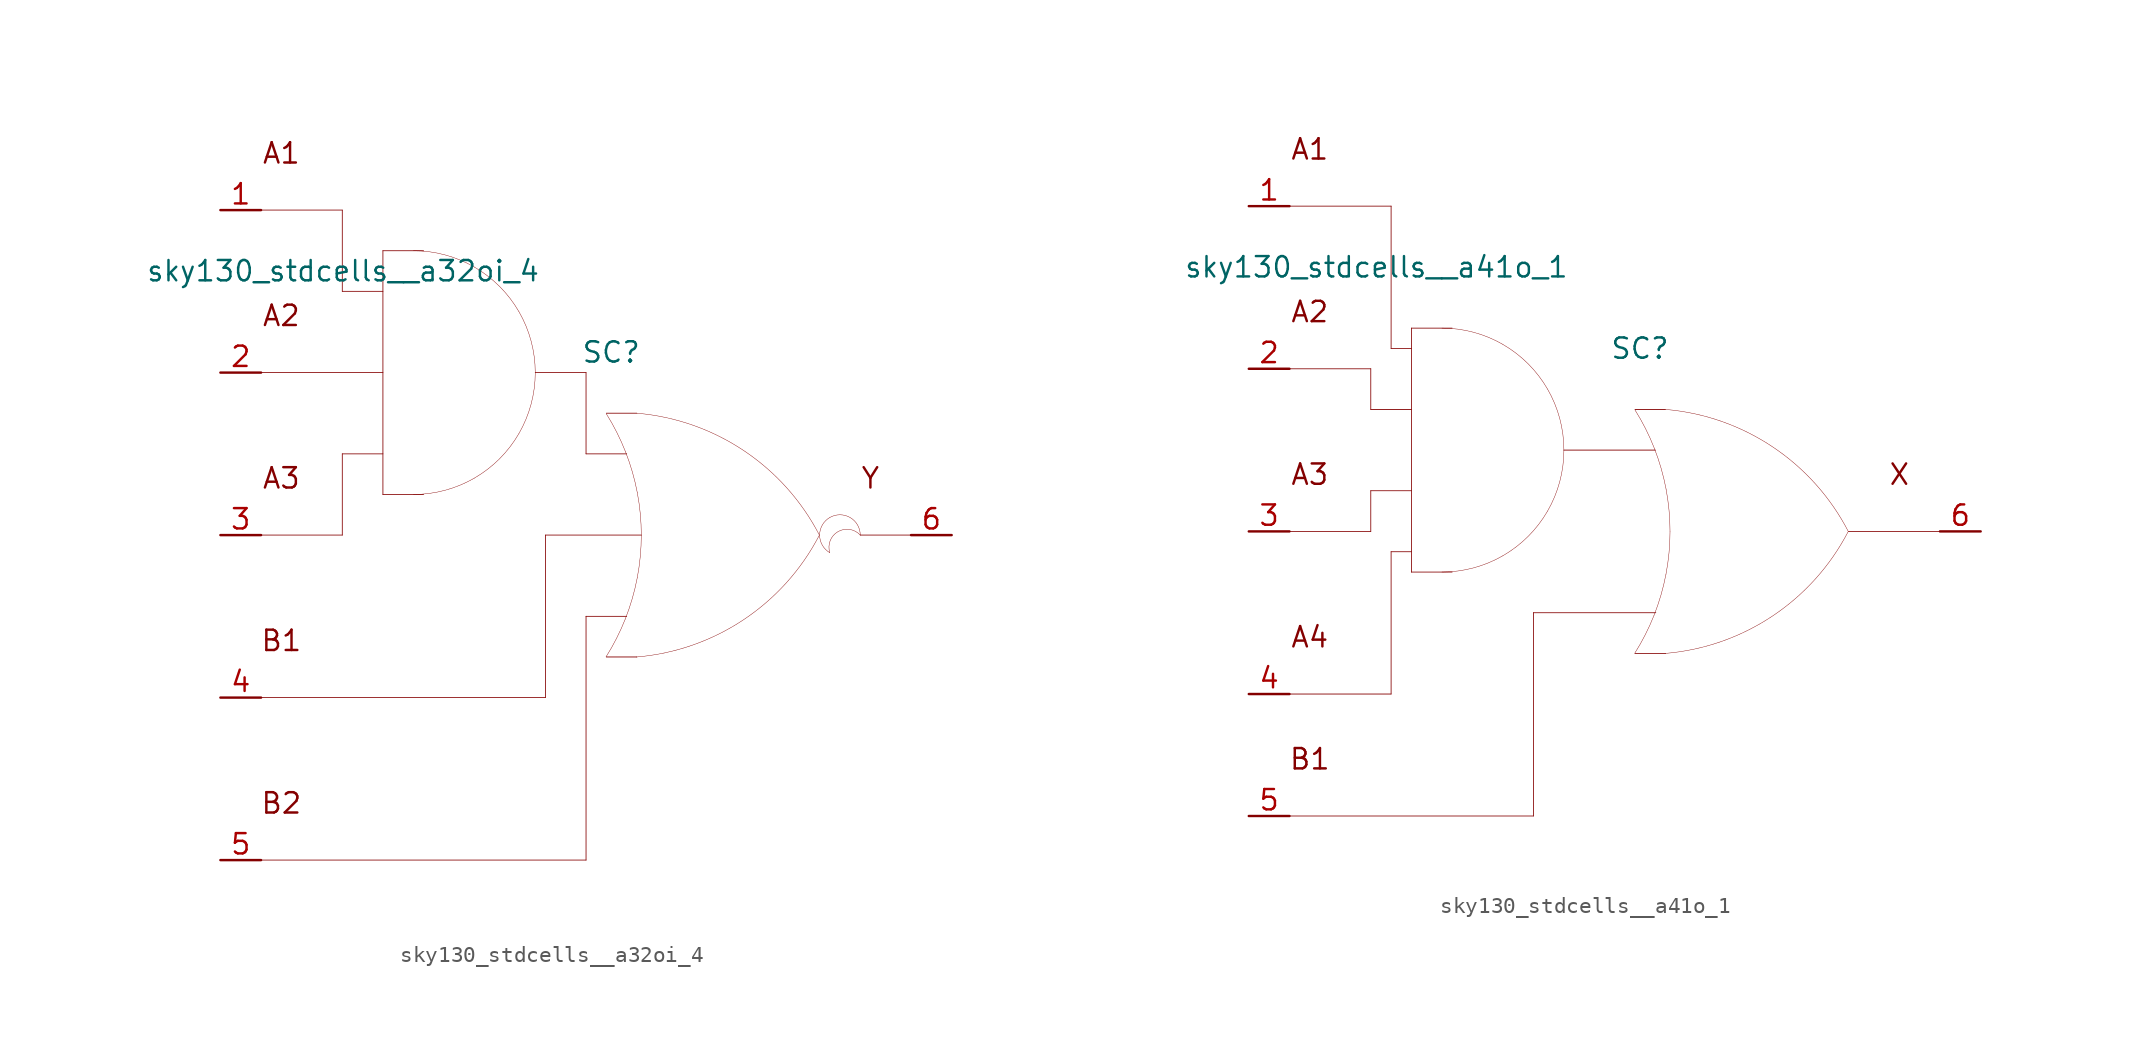
<source format=kicad_sym>
(kicad_symbol_lib
  (version 20211014)
  (generator kicad_symbol_editor)
  (symbol "sky130_stdcells__a32oi_4"
    (pin_names hide)
    (property "Reference" "SC"
      (at 1.575 11.43 0)
      (effects (font (size 1.27 1.27))))
    (property "Value" "sky130_stdcells__a32oi_4"
      (at -2.845 16.51 0)
      (effects (font (size 1.27 1.27)) (justify right)))
    (symbol "sky130_stdcells__a32oi_4_0_0"
      (arc (start -10.795 2.54) (mid -8.8228 2.7996) (end -6.985 3.5609) (stroke (width 0.0254) (type default) (color 0 0 0 0)) (fill (type none)))
      (arc (start -6.985 3.5609) (mid -5.4069 4.7719) (end -4.1959 6.35) (stroke (width 0.0254) (type default) (color 0 0 0 0)) (fill (type none)))
      (arc (start -6.985 16.7591) (mid -8.8228 17.5203) (end -10.795 17.78) (stroke (width 0.0254) (type default) (color 0 0 0 0)) (fill (type none)))
      (arc (start -4.1959 6.35) (mid -3.4347 8.1878) (end -3.175 10.16) (stroke (width 0.0254) (type default) (color 0 0 0 0)) (fill (type none)))
      (arc (start -4.1959 13.97) (mid -5.4069 15.5481) (end -6.985 16.7591) (stroke (width 0.0254) (type default) (color 0 0 0 0)) (fill (type none)))
      (arc (start -3.175 10.16) (mid -3.4346 12.1322) (end -4.1959 13.97) (stroke (width 0.0254) (type default) (color 0 0 0 0)) (fill (type none)))
      (polyline (pts (xy -20.32 -20.32) (xy 0 -20.32)) (stroke (width 0.051) (type default) (color 0 0 0 0)) (fill (type none)))
      (polyline (pts (xy -20.32 -10.16) (xy -2.54 -10.16)) (stroke (width 0.051) (type default) (color 0 0 0 0)) (fill (type none)))
      (polyline (pts (xy -20.32 0) (xy -15.24 0)) (stroke (width 0.051) (type default) (color 0 0 0 0)) (fill (type none)))
      (polyline (pts (xy -20.32 10.16) (xy -12.7 10.16)) (stroke (width 0.051) (type default) (color 0 0 0 0)) (fill (type none)))
      (polyline (pts (xy -20.32 20.32) (xy -15.24 20.32)) (stroke (width 0.051) (type default) (color 0 0 0 0)) (fill (type none)))
      (polyline (pts (xy -15.24 5.08) (xy -15.24 0)) (stroke (width 0.051) (type default) (color 0 0 0 0)) (fill (type none)))
      (polyline (pts (xy -15.24 5.08) (xy -12.7 5.08)) (stroke (width 0.051) (type default) (color 0 0 0 0)) (fill (type none)))
      (polyline (pts (xy -15.24 15.24) (xy -12.7 15.24)) (stroke (width 0.051) (type default) (color 0 0 0 0)) (fill (type none)))
      (polyline (pts (xy -15.24 20.32) (xy -15.24 15.24)) (stroke (width 0.051) (type default) (color 0 0 0 0)) (fill (type none)))
      (polyline (pts (xy -12.7 2.54) (xy -10.16 2.54)) (stroke (width 0.051) (type default) (color 0 0 0 0)) (fill (type none)))
      (polyline (pts (xy -12.7 17.78) (xy -12.7 2.54)) (stroke (width 0.051) (type default) (color 0 0 0 0)) (fill (type none)))
      (polyline (pts (xy -12.7 17.78) (xy -10.16 17.78)) (stroke (width 0.051) (type default) (color 0 0 0 0)) (fill (type none)))
      (polyline (pts (xy -3.175 10.16) (xy 0 10.16)) (stroke (width 0.051) (type default) (color 0 0 0 0)) (fill (type none)))
      (polyline (pts (xy -2.54 0) (xy -2.54 -10.16)) (stroke (width 0.051) (type default) (color 0 0 0 0)) (fill (type none)))
      (polyline (pts (xy -2.54 0) (xy 3.454 0)) (stroke (width 0.051) (type default) (color 0 0 0 0)) (fill (type none)))
      (polyline (pts (xy 0 -5.08) (xy 0 -20.32)) (stroke (width 0.051) (type default) (color 0 0 0 0)) (fill (type none)))
      (polyline (pts (xy 0 -5.08) (xy 2.54 -5.08)) (stroke (width 0.051) (type default) (color 0 0 0 0)) (fill (type none)))
      (polyline (pts (xy 0 5.08) (xy 2.54 5.08)) (stroke (width 0.051) (type default) (color 0 0 0 0)) (fill (type none)))
      (polyline (pts (xy 0 10.16) (xy 0 5.08)) (stroke (width 0.051) (type default) (color 0 0 0 0)) (fill (type none)))
      (polyline (pts (xy 1.27 -7.62) (xy 3.175 -7.62)) (stroke (width 0.051) (type default) (color 0 0 0 0)) (fill (type none)))
      (polyline (pts (xy 1.27 7.62) (xy 3.175 7.62)) (stroke (width 0.051) (type default) (color 0 0 0 0)) (fill (type none)))
      (polyline (pts (xy 17.145 0) (xy 20.32 0)) (stroke (width 0.051) (type default) (color 0 0 0 0)) (fill (type none)))
      (arc (start 1.2495 -7.6142) (mid 1.907 -6.458) (end 2.4538 -5.2456) (stroke (width 0.0254) (type default) (color 0 0 0 0)) (fill (type none)))
      (arc (start 2.4538 -5.2456) (mid 2.8887 -3.9755) (end 3.202 -2.6701) (stroke (width 0.0254) (type default) (color 0 0 0 0)) (fill (type none)))
      (arc (start 2.472 5.1993) (mid 1.9238 6.4248) (end 1.2627 7.5932) (stroke (width 0.0254) (type default) (color 0 0 0 0)) (fill (type none)))
      (arc (start 3.1446 -7.6231) (mid 9.8386 -5.2986) (end 14.5755 -0.0284) (stroke (width 0.0254) (type default) (color 0 0 0 0)) (fill (type none)))
      (arc (start 3.202 -2.6701) (mid 3.3912 -1.341) (end 3.4544 0) (stroke (width 0.0254) (type default) (color 0 0 0 0)) (fill (type none)))
      (arc (start 3.2066 2.6456) (mid 2.8989 3.9396) (end 2.472 5.1993) (stroke (width 0.0254) (type default) (color 0 0 0 0)) (fill (type none)))
      (arc (start 3.4544 0) (mid 3.3923 1.3286) (end 3.2066 2.6456) (stroke (width 0.0254) (type default) (color 0 0 0 0)) (fill (type none)))
      (arc (start 14.5983 -0.0156) (mid 9.8798 5.271) (end 3.194 7.6189) (stroke (width 0.0254) (type default) (color 0 0 0 0)) (fill (type none)))
      (arc (start 15.24 1.0999) (mid 14.605 0) (end 15.24 -1.0999) (stroke (width 0.0254) (type default) (color 0 0 0 0)) (fill (type none)))
      (arc (start 17.145 0) (mid 15.2881 0.4743) (end 15.24 -1.0999) (stroke (width 0.0254) (type default) (color 0 0 0 0)) (fill (type none)))
      (arc (start 17.145 0) (mid 16.51 1.0998) (end 15.24 1.0999) (stroke (width 0.0254) (type default) (color 0 0 0 0)) (fill (type none)))
      (text "A1" (at -19.05 23.876 0) (effects (font (size 1.27 1.27))))
      (text "A2" (at -19.05 13.716 0) (effects (font (size 1.27 1.27))))
      (text "A3" (at -19.05 3.556 0) (effects (font (size 1.27 1.27))))
      (text "B1" (at -19.05 -6.604 0) (effects (font (size 1.27 1.27))))
      (text "B2" (at -19.05 -16.764 0) (effects (font (size 1.27 1.27))))
      (text "Y" (at 17.78 3.556 0) (effects (font (size 1.27 1.27)))))
    (symbol "sky130_stdcells__a32oi_4_1_1"
      (pin input line (at -22.86 20.32 0) (length 2.54) (name "A1" (effects (font (size 1.092 1.092)))) (number "1" (effects (font (size 1.27 1.27)))))
      (pin input line (at -22.86 10.16 0) (length 2.54) (name "A2" (effects (font (size 1.092 1.092)))) (number "2" (effects (font (size 1.27 1.27)))))
      (pin input line (at -22.86 0 0) (length 2.54) (name "A3" (effects (font (size 1.092 1.092)))) (number "3" (effects (font (size 1.27 1.27)))))
      (pin input line (at -22.86 -10.16 0) (length 2.54) (name "B1" (effects (font (size 1.092 1.092)))) (number "4" (effects (font (size 1.27 1.27)))))
      (pin input line (at -22.86 -20.32 0) (length 2.54) (name "B2" (effects (font (size 1.092 1.092)))) (number "5" (effects (font (size 1.27 1.27)))))
      (pin output line (at 22.86 0 180) (length 2.54) (name "Y" (effects (font (size 1.092 1.092)))) (number "6" (effects (font (size 1.27 1.27)))))))
  (symbol "sky130_stdcells__a41o_1"
    (pin_names hide)
    (property "Reference" "SC"
      (at 1.575 11.43 0)
      (effects (font (size 1.27 1.27))))
    (property "Value" "sky130_stdcells__a41o_1"
      (at -2.845 16.51 0)
      (effects (font (size 1.27 1.27)) (justify right)))
    (symbol "sky130_stdcells__a41o_1_0_0"
      (arc (start -10.795 -2.54) (mid -8.8228 -2.2804) (end -6.985 -1.5191) (stroke (width 0.0254) (type default) (color 0 0 0 0)) (fill (type none)))
      (arc (start -6.985 -1.5191) (mid -5.4069 -0.3081) (end -4.1959 1.27) (stroke (width 0.0254) (type default) (color 0 0 0 0)) (fill (type none)))
      (arc (start -6.985 11.6791) (mid -8.8228 12.4403) (end -10.795 12.7) (stroke (width 0.0254) (type default) (color 0 0 0 0)) (fill (type none)))
      (arc (start -4.1959 1.27) (mid -3.4347 3.1078) (end -3.175 5.08) (stroke (width 0.0254) (type default) (color 0 0 0 0)) (fill (type none)))
      (arc (start -4.1959 8.89) (mid -5.4069 10.4681) (end -6.985 11.6791) (stroke (width 0.0254) (type default) (color 0 0 0 0)) (fill (type none)))
      (arc (start -3.175 5.08) (mid -3.4346 7.0522) (end -4.1959 8.89) (stroke (width 0.0254) (type default) (color 0 0 0 0)) (fill (type none)))
      (polyline (pts (xy -20.32 -17.78) (xy -5.08 -17.78)) (stroke (width 0.051) (type default) (color 0 0 0 0)) (fill (type none)))
      (polyline (pts (xy -20.32 -10.16) (xy -13.97 -10.16)) (stroke (width 0.051) (type default) (color 0 0 0 0)) (fill (type none)))
      (polyline (pts (xy -20.32 0) (xy -15.24 0)) (stroke (width 0.051) (type default) (color 0 0 0 0)) (fill (type none)))
      (polyline (pts (xy -20.32 10.16) (xy -15.24 10.16)) (stroke (width 0.051) (type default) (color 0 0 0 0)) (fill (type none)))
      (polyline (pts (xy -20.32 20.32) (xy -13.97 20.32)) (stroke (width 0.051) (type default) (color 0 0 0 0)) (fill (type none)))
      (polyline (pts (xy -15.24 2.54) (xy -15.24 0)) (stroke (width 0.051) (type default) (color 0 0 0 0)) (fill (type none)))
      (polyline (pts (xy -15.24 2.54) (xy -12.7 2.54)) (stroke (width 0.051) (type default) (color 0 0 0 0)) (fill (type none)))
      (polyline (pts (xy -15.24 7.62) (xy -12.7 7.62)) (stroke (width 0.051) (type default) (color 0 0 0 0)) (fill (type none)))
      (polyline (pts (xy -15.24 10.16) (xy -15.24 7.62)) (stroke (width 0.051) (type default) (color 0 0 0 0)) (fill (type none)))
      (polyline (pts (xy -13.97 -1.27) (xy -13.97 -10.16)) (stroke (width 0.051) (type default) (color 0 0 0 0)) (fill (type none)))
      (polyline (pts (xy -13.97 -1.27) (xy -12.7 -1.27)) (stroke (width 0.051) (type default) (color 0 0 0 0)) (fill (type none)))
      (polyline (pts (xy -13.97 11.43) (xy -12.7 11.43)) (stroke (width 0.051) (type default) (color 0 0 0 0)) (fill (type none)))
      (polyline (pts (xy -13.97 20.32) (xy -13.97 11.43)) (stroke (width 0.051) (type default) (color 0 0 0 0)) (fill (type none)))
      (polyline (pts (xy -12.7 -2.54) (xy -10.16 -2.54)) (stroke (width 0.051) (type default) (color 0 0 0 0)) (fill (type none)))
      (polyline (pts (xy -12.7 12.7) (xy -12.7 -2.54)) (stroke (width 0.051) (type default) (color 0 0 0 0)) (fill (type none)))
      (polyline (pts (xy -12.7 12.7) (xy -10.16 12.7)) (stroke (width 0.051) (type default) (color 0 0 0 0)) (fill (type none)))
      (polyline (pts (xy -5.08 -5.08) (xy -5.08 -17.78)) (stroke (width 0.051) (type default) (color 0 0 0 0)) (fill (type none)))
      (polyline (pts (xy -5.08 -5.08) (xy 2.565 -5.08)) (stroke (width 0.051) (type default) (color 0 0 0 0)) (fill (type none)))
      (polyline (pts (xy -3.175 5.08) (xy 2.54 5.08)) (stroke (width 0.051) (type default) (color 0 0 0 0)) (fill (type none)))
      (polyline (pts (xy 1.27 -7.62) (xy 3.175 -7.62)) (stroke (width 0.051) (type default) (color 0 0 0 0)) (fill (type none)))
      (polyline (pts (xy 1.27 7.62) (xy 3.175 7.62)) (stroke (width 0.051) (type default) (color 0 0 0 0)) (fill (type none)))
      (polyline (pts (xy 14.605 0) (xy 20.32 0)) (stroke (width 0.051) (type default) (color 0 0 0 0)) (fill (type none)))
      (arc (start 1.2495 -7.6142) (mid 1.907 -6.458) (end 2.4538 -5.2456) (stroke (width 0.0254) (type default) (color 0 0 0 0)) (fill (type none)))
      (arc (start 2.4538 -5.2456) (mid 2.8887 -3.9755) (end 3.202 -2.6701) (stroke (width 0.0254) (type default) (color 0 0 0 0)) (fill (type none)))
      (arc (start 2.472 5.1993) (mid 1.9238 6.4248) (end 1.2627 7.5932) (stroke (width 0.0254) (type default) (color 0 0 0 0)) (fill (type none)))
      (arc (start 3.1446 -7.6231) (mid 9.8386 -5.2986) (end 14.5755 -0.0284) (stroke (width 0.0254) (type default) (color 0 0 0 0)) (fill (type none)))
      (arc (start 3.202 -2.6701) (mid 3.3912 -1.341) (end 3.4544 0) (stroke (width 0.0254) (type default) (color 0 0 0 0)) (fill (type none)))
      (arc (start 3.2066 2.6456) (mid 2.8989 3.9396) (end 2.472 5.1993) (stroke (width 0.0254) (type default) (color 0 0 0 0)) (fill (type none)))
      (arc (start 3.4544 0) (mid 3.3923 1.3286) (end 3.2066 2.6456) (stroke (width 0.0254) (type default) (color 0 0 0 0)) (fill (type none)))
      (arc (start 14.5983 -0.0156) (mid 9.8798 5.271) (end 3.194 7.6189) (stroke (width 0.0254) (type default) (color 0 0 0 0)) (fill (type none)))
      (text "A1" (at -19.05 23.876 0) (effects (font (size 1.27 1.27))))
      (text "A2" (at -19.05 13.716 0) (effects (font (size 1.27 1.27))))
      (text "A3" (at -19.05 3.556 0) (effects (font (size 1.27 1.27))))
      (text "A4" (at -19.05 -6.604 0) (effects (font (size 1.27 1.27))))
      (text "B1" (at -19.05 -14.224 0) (effects (font (size 1.27 1.27))))
      (text "X" (at 17.78 3.556 0) (effects (font (size 1.27 1.27)))))
    (symbol "sky130_stdcells__a41o_1_1_1"
      (pin input line (at -22.86 20.32 0) (length 2.54) (name "A1" (effects (font (size 1.092 1.092)))) (number "1" (effects (font (size 1.27 1.27)))))
      (pin input line (at -22.86 10.16 0) (length 2.54) (name "A2" (effects (font (size 1.092 1.092)))) (number "2" (effects (font (size 1.27 1.27)))))
      (pin input line (at -22.86 0 0) (length 2.54) (name "A3" (effects (font (size 1.092 1.092)))) (number "3" (effects (font (size 1.27 1.27)))))
      (pin input line (at -22.86 -10.16 0) (length 2.54) (name "A4" (effects (font (size 1.092 1.092)))) (number "4" (effects (font (size 1.27 1.27)))))
      (pin input line (at -22.86 -17.78 0) (length 2.54) (name "B1" (effects (font (size 1.092 1.092)))) (number "5" (effects (font (size 1.27 1.27)))))
      (pin output line (at 22.86 0 180) (length 2.54) (name "X" (effects (font (size 1.092 1.092)))) (number "6" (effects (font (size 1.27 1.27))))))))
</source>
